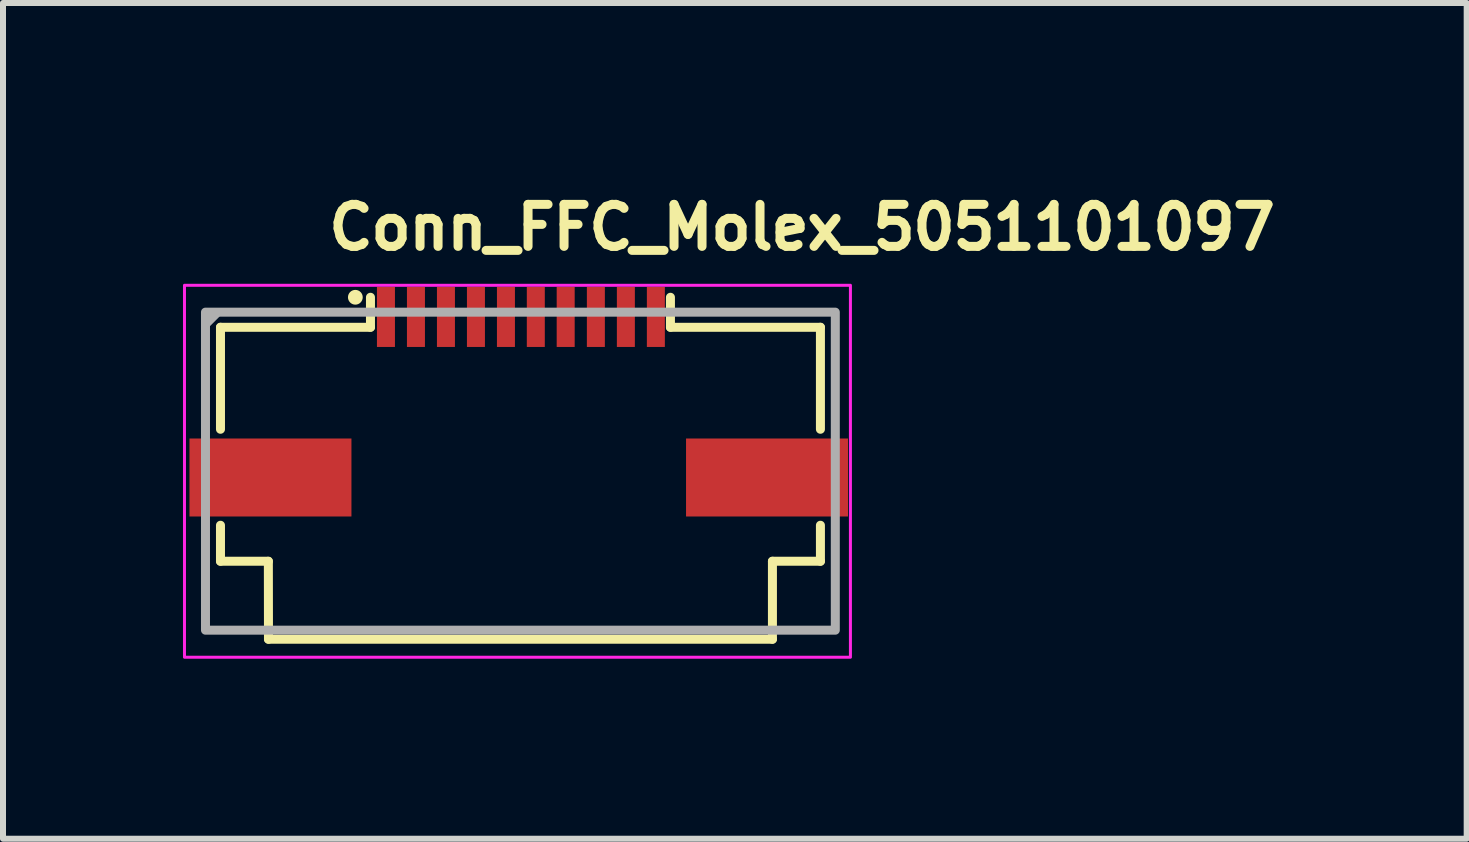
<source format=kicad_pcb>
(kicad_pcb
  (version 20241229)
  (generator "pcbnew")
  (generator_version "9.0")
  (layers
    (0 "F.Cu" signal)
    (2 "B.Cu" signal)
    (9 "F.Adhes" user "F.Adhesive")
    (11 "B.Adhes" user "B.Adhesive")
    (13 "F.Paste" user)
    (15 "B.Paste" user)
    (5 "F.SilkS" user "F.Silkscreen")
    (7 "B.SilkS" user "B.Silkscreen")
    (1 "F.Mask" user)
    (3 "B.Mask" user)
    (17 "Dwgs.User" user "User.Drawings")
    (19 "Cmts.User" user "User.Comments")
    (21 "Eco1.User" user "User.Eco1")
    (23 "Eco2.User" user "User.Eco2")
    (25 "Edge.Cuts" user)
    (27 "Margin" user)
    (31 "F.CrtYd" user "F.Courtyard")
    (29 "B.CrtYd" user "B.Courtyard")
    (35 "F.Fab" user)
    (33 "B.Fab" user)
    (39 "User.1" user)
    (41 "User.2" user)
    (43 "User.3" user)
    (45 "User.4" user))
  (footprint "Conn_FFC_Molex_5051101097"
    (layer "F.Cu")
    (at 5.625 4.805)
    (property "Reference" "Conn_FFC_Molex_5051101097" (at -3.272 -3.655 180) (layer "F.SilkS") (effects (font (size 0.7 0.7) (thickness 0.15)) (justify left bottom)))
    (attr smd)
    (fp_line (start -5 -2.4) (end -5 -0.7) (stroke (width 0.15) (type solid)) (layer "F.SilkS"))
    (fp_line (start -5 0.9) (end -5 1.5) (stroke (width 0.15) (type solid)) (layer "F.SilkS"))
    (fp_line (start -5 1.5) (end -4.202 1.5) (stroke (width 0.15) (type solid)) (layer "F.SilkS"))
    (fp_line (start -4.2 2.8) (end -4.202 1.5) (stroke (width 0.15) (type solid)) (layer "F.SilkS"))
    (fp_line (start -2.5 -2.9) (end -2.5 -2.4) (stroke (width 0.15) (type solid)) (layer "F.SilkS"))
    (fp_line (start -2.5 -2.4) (end -5 -2.4) (stroke (width 0.15) (type solid)) (layer "F.SilkS"))
    (fp_line (start 2.5 -2.9) (end 2.5 -2.4) (stroke (width 0.15) (type solid)) (layer "F.SilkS"))
    (fp_line (start 2.5 -2.4) (end 5 -2.4) (stroke (width 0.15) (type solid)) (layer "F.SilkS"))
    (fp_line (start 4.2 1.5) (end 5 1.5) (stroke (width 0.15) (type solid)) (layer "F.SilkS"))
    (fp_line (start 4.2 2.8) (end -4.2 2.8) (stroke (width 0.15) (type solid)) (layer "F.SilkS"))
    (fp_line (start 4.2 2.8) (end 4.2 1.5) (stroke (width 0.15) (type solid)) (layer "F.SilkS"))
    (fp_line (start 5 -2.4) (end 5 -0.7) (stroke (width 0.15) (type solid)) (layer "F.SilkS"))
    (fp_line (start 5 0.9) (end 5 1.5) (stroke (width 0.15) (type solid)) (layer "F.SilkS"))
    (fp_circle (center -2.752 -2.9) (end -2.704 -2.9) (stroke (width 0.15) (type solid)) (fill yes) (layer "F.SilkS"))
    (fp_rect (start 5.5 3.1) (end -5.6 -3.1) (stroke (width 0.05) (type solid)) (fill no) (layer "F.CrtYd"))
    (fp_line (start -5.075 -2.625) (end -5.225 -2.475) (stroke (width 0.15) (type solid)) (layer "F.Fab"))
    (fp_rect (start 5.248 2.649) (end -5.25 -2.652) (stroke (width 0.15) (type solid)) (fill no) (layer "F.Fab"))
    (fp_rect (start 5.248 2.649) (end -5.25 -2.652) (stroke (width 0.1) (type solid)) (fill no) (layer "User.5"))
    (fp_line (start -5.25 -0.019) (end -5.249 -0.03) (stroke (width 0.02) (type solid)) (layer "User.9"))
    (fp_line (start -5.25 -0.01) (end -5.25 -0.019) (stroke (width 0.02) (type solid)) (layer "User.9"))
    (fp_line (start -5.25 0.001) (end -5.25 -0.01) (stroke (width 0.02) (type solid)) (layer "User.9"))
    (fp_line (start -5.25 0.001) (end -5.25 0.498) (stroke (width 0.02) (type solid)) (layer "User.9"))
    (fp_line (start -5.25 0.508) (end -5.25 0.498) (stroke (width 0.02) (type solid)) (layer "User.9"))
    (fp_line (start -5.25 0.52) (end -5.25 0.508) (stroke (width 0.02) (type solid)) (layer "User.9"))
    (fp_line (start -5.249 -0.03) (end -5.247 -0.039) (stroke (width 0.02) (type solid)) (layer "User.9"))
    (fp_line (start -5.249 0.53) (end -5.25 0.52) (stroke (width 0.02) (type solid)) (layer "User.9"))
    (fp_line (start -5.247 -0.039) (end -5.244 -0.05) (stroke (width 0.02) (type solid)) (layer "User.9"))
    (fp_line (start -5.247 0.54) (end -5.249 0.53) (stroke (width 0.02) (type solid)) (layer "User.9"))
    (fp_line (start -5.244 -0.05) (end -5.242 -0.06) (stroke (width 0.02) (type solid)) (layer "User.9"))
    (fp_line (start -5.244 0.549) (end -5.247 0.54) (stroke (width 0.02) (type solid)) (layer "User.9"))
    (fp_line (start -5.242 -0.06) (end -5.239 -0.069) (stroke (width 0.02) (type solid)) (layer "User.9"))
    (fp_line (start -5.242 0.559) (end -5.244 0.549) (stroke (width 0.02) (type solid)) (layer "User.9"))
    (fp_line (start -5.239 -0.069) (end -5.236 -0.076) (stroke (width 0.02) (type solid)) (layer "User.9"))
    (fp_line (start -5.239 0.568) (end -5.242 0.559) (stroke (width 0.02) (type solid)) (layer "User.9"))
    (fp_line (start -5.236 -0.076) (end -5.231 -0.087) (stroke (width 0.02) (type solid)) (layer "User.9"))
    (fp_line (start -5.236 0.576) (end -5.239 0.568) (stroke (width 0.02) (type solid)) (layer "User.9"))
    (fp_line (start -5.231 -0.087) (end -5.228 -0.094) (stroke (width 0.02) (type solid)) (layer "User.9"))
    (fp_line (start -5.231 0.584) (end -5.236 0.576) (stroke (width 0.02) (type solid)) (layer "User.9"))
    (fp_line (start -5.228 -0.094) (end -5.223 -0.104) (stroke (width 0.02) (type solid)) (layer "User.9"))
    (fp_line (start -5.228 0.593) (end -5.231 0.584) (stroke (width 0.02) (type solid)) (layer "User.9"))
    (fp_line (start -5.223 -0.104) (end -5.218 -0.11) (stroke (width 0.02) (type solid)) (layer "User.9"))
    (fp_line (start -5.223 0.601) (end -5.228 0.593) (stroke (width 0.02) (type solid)) (layer "User.9"))
    (fp_line (start -5.218 -0.11) (end -5.212 -0.12) (stroke (width 0.02) (type solid)) (layer "User.9"))
    (fp_line (start -5.218 0.609) (end -5.223 0.601) (stroke (width 0.02) (type solid)) (layer "User.9"))
    (fp_line (start -5.212 -0.12) (end -5.205 -0.126) (stroke (width 0.02) (type solid)) (layer "User.9"))
    (fp_line (start -5.212 0.617) (end -5.218 0.609) (stroke (width 0.02) (type solid)) (layer "User.9"))
    (fp_line (start -5.205 -0.126) (end -5.199 -0.136) (stroke (width 0.02) (type solid)) (layer "User.9"))
    (fp_line (start -5.205 0.625) (end -5.212 0.617) (stroke (width 0.02) (type solid)) (layer "User.9"))
    (fp_line (start -5.199 -0.136) (end -5.194 -0.143) (stroke (width 0.02) (type solid)) (layer "User.9"))
    (fp_line (start -5.199 0.633) (end -5.205 0.625) (stroke (width 0.02) (type solid)) (layer "User.9"))
    (fp_line (start -5.194 -0.143) (end -5.194 -0.143) (stroke (width 0.02) (type solid)) (layer "User.9"))
    (fp_line (start -5.194 -0.143) (end -5.186 -0.148) (stroke (width 0.02) (type solid)) (layer "User.9"))
    (fp_line (start -5.194 0.642) (end -5.199 0.633) (stroke (width 0.02) (type solid)) (layer "User.9"))
    (fp_line (start -5.194 0.642) (end -5.194 0.642) (stroke (width 0.02) (type solid)) (layer "User.9"))
    (fp_line (start -5.186 -0.148) (end -5.178 -0.154) (stroke (width 0.02) (type solid)) (layer "User.9"))
    (fp_line (start -5.186 0.649) (end -5.194 0.642) (stroke (width 0.02) (type solid)) (layer "User.9"))
    (fp_line (start -5.178 -0.154) (end -5.17 -0.162) (stroke (width 0.02) (type solid)) (layer "User.9"))
    (fp_line (start -5.178 0.655) (end -5.186 0.649) (stroke (width 0.02) (type solid)) (layer "User.9"))
    (fp_line (start -5.17 -0.162) (end -5.162 -0.168) (stroke (width 0.02) (type solid)) (layer "User.9"))
    (fp_line (start -5.17 0.661) (end -5.178 0.655) (stroke (width 0.02) (type solid)) (layer "User.9"))
    (fp_line (start -5.162 -0.168) (end -5.154 -0.173) (stroke (width 0.02) (type solid)) (layer "User.9"))
    (fp_line (start -5.162 0.667) (end -5.17 0.661) (stroke (width 0.02) (type solid)) (layer "User.9"))
    (fp_line (start -5.154 -0.173) (end -5.146 -0.176) (stroke (width 0.02) (type solid)) (layer "User.9"))
    (fp_line (start -5.154 0.672) (end -5.162 0.667) (stroke (width 0.02) (type solid)) (layer "User.9"))
    (fp_line (start -5.146 -0.176) (end -5.137 -0.18) (stroke (width 0.02) (type solid)) (layer "User.9"))
    (fp_line (start -5.146 0.677) (end -5.154 0.672) (stroke (width 0.02) (type solid)) (layer "User.9"))
    (fp_line (start -5.137 -0.18) (end -5.127 -0.184) (stroke (width 0.02) (type solid)) (layer "User.9"))
    (fp_line (start -5.137 0.681) (end -5.146 0.677) (stroke (width 0.02) (type solid)) (layer "User.9"))
    (fp_line (start -5.127 -0.184) (end -5.119 -0.188) (stroke (width 0.02) (type solid)) (layer "User.9"))
    (fp_line (start -5.127 0.685) (end -5.137 0.681) (stroke (width 0.02) (type solid)) (layer "User.9"))
    (fp_line (start -5.119 -0.188) (end -5.109 -0.191) (stroke (width 0.02) (type solid)) (layer "User.9"))
    (fp_line (start -5.119 0.689) (end -5.127 0.685) (stroke (width 0.02) (type solid)) (layer "User.9"))
    (fp_line (start -5.109 -0.191) (end -5.101 -0.195) (stroke (width 0.02) (type solid)) (layer "User.9"))
    (fp_line (start -5.109 0.692) (end -5.119 0.689) (stroke (width 0.02) (type solid)) (layer "User.9"))
    (fp_line (start -5.101 -0.195) (end -5.09 -0.198) (stroke (width 0.02) (type solid)) (layer "User.9"))
    (fp_line (start -5.101 0.694) (end -5.109 0.692) (stroke (width 0.02) (type solid)) (layer "User.9"))
    (fp_line (start -5.09 -0.198) (end -5.08 -0.199) (stroke (width 0.02) (type solid)) (layer "User.9"))
    (fp_line (start -5.09 0.697) (end -5.101 0.694) (stroke (width 0.02) (type solid)) (layer "User.9"))
    (fp_line (start -5.08 -0.199) (end -5.071 -0.201) (stroke (width 0.02) (type solid)) (layer "User.9"))
    (fp_line (start -5.08 0.698) (end -5.09 0.697) (stroke (width 0.02) (type solid)) (layer "User.9"))
    (fp_line (start -5.071 -0.201) (end -5.061 -0.201) (stroke (width 0.02) (type solid)) (layer "User.9"))
    (fp_line (start -5.071 0.7) (end -5.08 0.698) (stroke (width 0.02) (type solid)) (layer "User.9"))
    (fp_line (start -5.061 -0.201) (end -5.05 -0.202) (stroke (width 0.02) (type solid)) (layer "User.9"))
    (fp_line (start -5.061 0.7) (end -5.071 0.7) (stroke (width 0.02) (type solid)) (layer "User.9"))
    (fp_line (start -5.05 -0.202) (end -4.851 -0.202) (stroke (width 0.02) (type solid)) (layer "User.9"))
    (fp_line (start -5.05 0.7) (end -5.061 0.7) (stroke (width 0.02) (type solid)) (layer "User.9"))
    (fp_line (start -5.05 0.7) (end -4.851 0.7) (stroke (width 0.02) (type solid)) (layer "User.9"))
    (fp_line (start -4.851 -2.601) (end -4.3 -2.601) (stroke (width 0.02) (type solid)) (layer "User.9"))
    (fp_line (start -4.851 -2.25) (end -4.851 -2.601) (stroke (width 0.02) (type solid)) (layer "User.9"))
    (fp_line (start -4.851 -2.25) (end 4.849 -2.25) (stroke (width 0.02) (type solid)) (layer "User.9"))
    (fp_line (start -4.851 1.348) (end -4.851 -2.25) (stroke (width 0.02) (type solid)) (layer "User.9"))
    (fp_line (start -4.3 -2.601) (end -4.3 -2.25) (stroke (width 0.02) (type solid)) (layer "User.9"))
    (fp_line (start -4.202 -0.832) (end -4.202 1.348) (stroke (width 0.02) (type solid)) (layer "User.9"))
    (fp_line (start -4.202 -0.832) (end 4.201 -0.832) (stroke (width 0.02) (type solid)) (layer "User.9"))
    (fp_line (start -4.202 -0.261) (end -4.13 -0.24) (stroke (width 0.02) (type solid)) (layer "User.9"))
    (fp_line (start -4.202 1.3) (end -4.13 1.3) (stroke (width 0.02) (type solid)) (layer "User.9"))
    (fp_line (start -4.202 1.348) (end -4.851 1.348) (stroke (width 0.02) (type solid)) (layer "User.9"))
    (fp_line (start -4.202 1.348) (end -4.053 1.348) (stroke (width 0.02) (type solid)) (layer "User.9"))
    (fp_line (start -4.13 -0.24) (end -4.13 -0.163) (stroke (width 0.02) (type solid)) (layer "User.9"))
    (fp_line (start -4.13 -0.163) (end -4.13 0.013) (stroke (width 0.02) (type solid)) (layer "User.9"))
    (fp_line (start -4.13 0.013) (end -4.13 1.3) (stroke (width 0.02) (type solid)) (layer "User.9"))
    (fp_line (start -4.053 -0.476) (end -4.053 -0.475) (stroke (width 0.02) (type solid)) (layer "User.9"))
    (fp_line (start -4.053 -0.476) (end -2.355 -0.476) (stroke (width 0.02) (type solid)) (layer "User.9"))
    (fp_line (start -4.053 -0.465) (end -4.053 -0.476) (stroke (width 0.02) (type solid)) (layer "User.9"))
    (fp_line (start -4.053 -0.372) (end -4.202 -0.329) (stroke (width 0.02) (type solid)) (layer "User.9"))
    (fp_line (start -4.053 -0.372) (end -4.053 -0.465) (stroke (width 0.02) (type solid)) (layer "User.9"))
    (fp_line (start -4.053 1.3) (end -4.13 1.3) (stroke (width 0.02) (type solid)) (layer "User.9"))
    (fp_line (start -4.053 1.3) (end -4.053 1.348) (stroke (width 0.02) (type solid)) (layer "User.9"))
    (fp_line (start -4.053 1.3) (end -4.053 2.548) (stroke (width 0.02) (type solid)) (layer "User.9"))
    (fp_line (start -2.786 -0.688) (end -2.355 -0.688) (stroke (width 0.02) (type solid)) (layer "User.9"))
    (fp_line (start -2.786 -0.629) (end -4.202 -0.629) (stroke (width 0.02) (type solid)) (layer "User.9"))
    (fp_line (start -2.786 -0.629) (end -2.786 -0.688) (stroke (width 0.02) (type solid)) (layer "User.9"))
    (fp_line (start -2.786 -0.629) (end -2.786 -0.476) (stroke (width 0.02) (type solid)) (layer "User.9"))
    (fp_line (start -2.702 2.548) (end -4.053 2.548) (stroke (width 0.02) (type solid)) (layer "User.9"))
    (fp_line (start -2.702 2.548) (end -2.702 2.649) (stroke (width 0.02) (type solid)) (layer "User.9"))
    (fp_line (start -2.355 -0.688) (end -2.355 -0.832) (stroke (width 0.02) (type solid)) (layer "User.9"))
    (fp_line (start -2.355 -0.465) (end -2.355 -0.476) (stroke (width 0.02) (type solid)) (layer "User.9"))
    (fp_line (start -2.355 -0.163) (end -2.355 -0.465) (stroke (width 0.02) (type solid)) (layer "User.9"))
    (fp_line (start -2.355 0.013) (end -2.355 -0.163) (stroke (width 0.02) (type solid)) (layer "User.9"))
    (fp_line (start -2.355 0.35) (end -2.355 0.013) (stroke (width 0.02) (type solid)) (layer "User.9"))
    (fp_line (start -2.355 0.35) (end -2.145 0.35) (stroke (width 0.02) (type solid)) (layer "User.9"))
    (fp_line (start -2.327 -2.652) (end -2.327 -2.5) (stroke (width 0.02) (type solid)) (layer "User.9"))
    (fp_line (start -2.327 -2.652) (end -2.178 -2.652) (stroke (width 0.02) (type solid)) (layer "User.9"))
    (fp_line (start -2.327 -2.5) (end -2.327 -2.25) (stroke (width 0.02) (type solid)) (layer "User.9"))
    (fp_line (start -2.327 -2.5) (end -2.178 -2.5) (stroke (width 0.02) (type solid)) (layer "User.9"))
    (fp_line (start -2.327 -0.832) (end -2.327 -0.042) (stroke (width 0.02) (type solid)) (layer "User.9"))
    (fp_line (start -2.327 -0.352) (end -2.355 -0.352) (stroke (width 0.02) (type solid)) (layer "User.9"))
    (fp_line (start -2.327 -0.042) (end -2.327 0.173) (stroke (width 0.02) (type solid)) (layer "User.9"))
    (fp_line (start -2.327 0.05) (end -2.355 0.05) (stroke (width 0.02) (type solid)) (layer "User.9"))
    (fp_line (start -2.327 0.173) (end -2.327 0.173) (stroke (width 0.02) (type solid)) (layer "User.9"))
    (fp_line (start -2.327 0.173) (end -2.327 0.261) (stroke (width 0.02) (type solid)) (layer "User.9"))
    (fp_line (start -2.327 0.261) (end -2.327 0.35) (stroke (width 0.02) (type solid)) (layer "User.9"))
    (fp_line (start -2.327 0.298) (end -2.355 0.298) (stroke (width 0.02) (type solid)) (layer "User.9"))
    (fp_line (start -2.178 -2.652) (end -2.178 -2.5) (stroke (width 0.02) (type solid)) (layer "User.9"))
    (fp_line (start -2.178 -2.5) (end -2.178 -2.25) (stroke (width 0.02) (type solid)) (layer "User.9"))
    (fp_line (start -2.178 -0.832) (end -2.178 -0.042) (stroke (width 0.02) (type solid)) (layer "User.9"))
    (fp_line (start -2.178 -0.042) (end -2.178 0.173) (stroke (width 0.02) (type solid)) (layer "User.9"))
    (fp_line (start -2.178 0.173) (end -2.178 0.173) (stroke (width 0.02) (type solid)) (layer "User.9"))
    (fp_line (start -2.178 0.173) (end -2.178 0.261) (stroke (width 0.02) (type solid)) (layer "User.9"))
    (fp_line (start -2.178 0.261) (end -2.327 0.261) (stroke (width 0.02) (type solid)) (layer "User.9"))
    (fp_line (start -2.178 0.261) (end -2.178 0.35) (stroke (width 0.02) (type solid)) (layer "User.9"))
    (fp_line (start -2.145 -0.688) (end -2.145 -0.832) (stroke (width 0.02) (type solid)) (layer "User.9"))
    (fp_line (start -2.145 -0.688) (end -1.857 -0.688) (stroke (width 0.02) (type solid)) (layer "User.9"))
    (fp_line (start -2.145 -0.476) (end -1.857 -0.476) (stroke (width 0.02) (type solid)) (layer "User.9"))
    (fp_line (start -2.145 -0.465) (end -2.145 -0.476) (stroke (width 0.02) (type solid)) (layer "User.9"))
    (fp_line (start -2.145 -0.352) (end -2.178 -0.352) (stroke (width 0.02) (type solid)) (layer "User.9"))
    (fp_line (start -2.145 -0.163) (end -2.145 -0.465) (stroke (width 0.02) (type solid)) (layer "User.9"))
    (fp_line (start -2.145 0.013) (end -2.145 -0.163) (stroke (width 0.02) (type solid)) (layer "User.9"))
    (fp_line (start -2.145 0.05) (end -2.178 0.05) (stroke (width 0.02) (type solid)) (layer "User.9"))
    (fp_line (start -2.145 0.298) (end -2.178 0.298) (stroke (width 0.02) (type solid)) (layer "User.9"))
    (fp_line (start -2.145 0.35) (end -2.145 0.013) (stroke (width 0.02) (type solid)) (layer "User.9"))
    (fp_line (start -1.857 -0.688) (end -1.857 -0.832) (stroke (width 0.02) (type solid)) (layer "User.9"))
    (fp_line (start -1.857 -0.465) (end -1.857 -0.476) (stroke (width 0.02) (type solid)) (layer "User.9"))
    (fp_line (start -1.857 -0.163) (end -1.857 -0.465) (stroke (width 0.02) (type solid)) (layer "User.9"))
    (fp_line (start -1.857 0.013) (end -1.857 -0.163) (stroke (width 0.02) (type solid)) (layer "User.9"))
    (fp_line (start -1.857 0.35) (end -1.857 0.013) (stroke (width 0.02) (type solid)) (layer "User.9"))
    (fp_line (start -1.857 0.35) (end -1.645 0.35) (stroke (width 0.02) (type solid)) (layer "User.9"))
    (fp_line (start -1.827 -2.652) (end -1.827 -2.5) (stroke (width 0.02) (type solid)) (layer "User.9"))
    (fp_line (start -1.827 -2.652) (end -1.676 -2.652) (stroke (width 0.02) (type solid)) (layer "User.9"))
    (fp_line (start -1.827 -2.5) (end -1.827 -2.25) (stroke (width 0.02) (type solid)) (layer "User.9"))
    (fp_line (start -1.827 -2.5) (end -1.676 -2.5) (stroke (width 0.02) (type solid)) (layer "User.9"))
    (fp_line (start -1.827 -0.832) (end -1.827 -0.042) (stroke (width 0.02) (type solid)) (layer "User.9"))
    (fp_line (start -1.827 -0.352) (end -1.857 -0.352) (stroke (width 0.02) (type solid)) (layer "User.9"))
    (fp_line (start -1.827 -0.042) (end -1.827 0.173) (stroke (width 0.02) (type solid)) (layer "User.9"))
    (fp_line (start -1.827 0.05) (end -1.857 0.05) (stroke (width 0.02) (type solid)) (layer "User.9"))
    (fp_line (start -1.827 0.173) (end -1.827 0.173) (stroke (width 0.02) (type solid)) (layer "User.9"))
    (fp_line (start -1.827 0.173) (end -1.827 0.261) (stroke (width 0.02) (type solid)) (layer "User.9"))
    (fp_line (start -1.827 0.261) (end -1.827 0.35) (stroke (width 0.02) (type solid)) (layer "User.9"))
    (fp_line (start -1.827 0.298) (end -1.857 0.298) (stroke (width 0.02) (type solid)) (layer "User.9"))
    (fp_line (start -1.676 -2.652) (end -1.676 -2.5) (stroke (width 0.02) (type solid)) (layer "User.9"))
    (fp_line (start -1.676 -2.5) (end -1.676 -2.25) (stroke (width 0.02) (type solid)) (layer "User.9"))
    (fp_line (start -1.676 -0.832) (end -1.676 -0.042) (stroke (width 0.02) (type solid)) (layer "User.9"))
    (fp_line (start -1.676 -0.042) (end -1.676 0.173) (stroke (width 0.02) (type solid)) (layer "User.9"))
    (fp_line (start -1.676 0.173) (end -1.676 0.173) (stroke (width 0.02) (type solid)) (layer "User.9"))
    (fp_line (start -1.676 0.173) (end -1.676 0.261) (stroke (width 0.02) (type solid)) (layer "User.9"))
    (fp_line (start -1.676 0.261) (end -1.827 0.261) (stroke (width 0.02) (type solid)) (layer "User.9"))
    (fp_line (start -1.676 0.261) (end -1.676 0.35) (stroke (width 0.02) (type solid)) (layer "User.9"))
    (fp_line (start -1.645 -0.688) (end -1.645 -0.832) (stroke (width 0.02) (type solid)) (layer "User.9"))
    (fp_line (start -1.645 -0.688) (end -1.357 -0.688) (stroke (width 0.02) (type solid)) (layer "User.9"))
    (fp_line (start -1.645 -0.476) (end -1.357 -0.476) (stroke (width 0.02) (type solid)) (layer "User.9"))
    (fp_line (start -1.645 -0.465) (end -1.645 -0.476) (stroke (width 0.02) (type solid)) (layer "User.9"))
    (fp_line (start -1.645 -0.352) (end -1.676 -0.352) (stroke (width 0.02) (type solid)) (layer "User.9"))
    (fp_line (start -1.645 -0.163) (end -1.645 -0.465) (stroke (width 0.02) (type solid)) (layer "User.9"))
    (fp_line (start -1.645 0.013) (end -1.645 -0.163) (stroke (width 0.02) (type solid)) (layer "User.9"))
    (fp_line (start -1.645 0.05) (end -1.676 0.05) (stroke (width 0.02) (type solid)) (layer "User.9"))
    (fp_line (start -1.645 0.298) (end -1.676 0.298) (stroke (width 0.02) (type solid)) (layer "User.9"))
    (fp_line (start -1.645 0.35) (end -1.645 0.013) (stroke (width 0.02) (type solid)) (layer "User.9"))
    (fp_line (start -1.357 -0.688) (end -1.357 -0.832) (stroke (width 0.02) (type solid)) (layer "User.9"))
    (fp_line (start -1.357 -0.465) (end -1.357 -0.476) (stroke (width 0.02) (type solid)) (layer "User.9"))
    (fp_line (start -1.357 -0.163) (end -1.357 -0.465) (stroke (width 0.02) (type solid)) (layer "User.9"))
    (fp_line (start -1.357 0.013) (end -1.357 -0.163) (stroke (width 0.02) (type solid)) (layer "User.9"))
    (fp_line (start -1.357 0.35) (end -1.357 0.013) (stroke (width 0.02) (type solid)) (layer "User.9"))
    (fp_line (start -1.357 0.35) (end -1.145 0.35) (stroke (width 0.02) (type solid)) (layer "User.9"))
    (fp_line (start -1.327 -2.652) (end -1.327 -2.5) (stroke (width 0.02) (type solid)) (layer "User.9"))
    (fp_line (start -1.327 -2.652) (end -1.176 -2.652) (stroke (width 0.02) (type solid)) (layer "User.9"))
    (fp_line (start -1.327 -2.5) (end -1.327 -2.25) (stroke (width 0.02) (type solid)) (layer "User.9"))
    (fp_line (start -1.327 -2.5) (end -1.176 -2.5) (stroke (width 0.02) (type solid)) (layer "User.9"))
    (fp_line (start -1.327 -0.832) (end -1.327 -0.042) (stroke (width 0.02) (type solid)) (layer "User.9"))
    (fp_line (start -1.327 -0.352) (end -1.357 -0.352) (stroke (width 0.02) (type solid)) (layer "User.9"))
    (fp_line (start -1.327 -0.042) (end -1.327 0.173) (stroke (width 0.02) (type solid)) (layer "User.9"))
    (fp_line (start -1.327 0.05) (end -1.357 0.05) (stroke (width 0.02) (type solid)) (layer "User.9"))
    (fp_line (start -1.327 0.173) (end -1.327 0.173) (stroke (width 0.02) (type solid)) (layer "User.9"))
    (fp_line (start -1.327 0.173) (end -1.327 0.261) (stroke (width 0.02) (type solid)) (layer "User.9"))
    (fp_line (start -1.327 0.261) (end -1.327 0.35) (stroke (width 0.02) (type solid)) (layer "User.9"))
    (fp_line (start -1.327 0.298) (end -1.357 0.298) (stroke (width 0.02) (type solid)) (layer "User.9"))
    (fp_line (start -1.176 -2.652) (end -1.176 -2.5) (stroke (width 0.02) (type solid)) (layer "User.9"))
    (fp_line (start -1.176 -2.5) (end -1.176 -2.25) (stroke (width 0.02) (type solid)) (layer "User.9"))
    (fp_line (start -1.176 -0.832) (end -1.176 -0.042) (stroke (width 0.02) (type solid)) (layer "User.9"))
    (fp_line (start -1.176 -0.042) (end -1.176 0.173) (stroke (width 0.02) (type solid)) (layer "User.9"))
    (fp_line (start -1.176 0.173) (end -1.176 0.173) (stroke (width 0.02) (type solid)) (layer "User.9"))
    (fp_line (start -1.176 0.173) (end -1.176 0.261) (stroke (width 0.02) (type solid)) (layer "User.9"))
    (fp_line (start -1.176 0.261) (end -1.327 0.261) (stroke (width 0.02) (type solid)) (layer "User.9"))
    (fp_line (start -1.176 0.261) (end -1.176 0.35) (stroke (width 0.02) (type solid)) (layer "User.9"))
    (fp_line (start -1.145 -0.688) (end -1.145 -0.832) (stroke (width 0.02) (type solid)) (layer "User.9"))
    (fp_line (start -1.145 -0.688) (end -0.856 -0.688) (stroke (width 0.02) (type solid)) (layer "User.9"))
    (fp_line (start -1.145 -0.476) (end -0.856 -0.476) (stroke (width 0.02) (type solid)) (layer "User.9"))
    (fp_line (start -1.145 -0.465) (end -1.145 -0.476) (stroke (width 0.02) (type solid)) (layer "User.9"))
    (fp_line (start -1.145 -0.352) (end -1.176 -0.352) (stroke (width 0.02) (type solid)) (layer "User.9"))
    (fp_line (start -1.145 -0.163) (end -1.145 -0.465) (stroke (width 0.02) (type solid)) (layer "User.9"))
    (fp_line (start -1.145 0.013) (end -1.145 -0.163) (stroke (width 0.02) (type solid)) (layer "User.9"))
    (fp_line (start -1.145 0.05) (end -1.176 0.05) (stroke (width 0.02) (type solid)) (layer "User.9"))
    (fp_line (start -1.145 0.298) (end -1.176 0.298) (stroke (width 0.02) (type solid)) (layer "User.9"))
    (fp_line (start -1.145 0.35) (end -1.145 0.013) (stroke (width 0.02) (type solid)) (layer "User.9"))
    (fp_line (start -0.856 -0.688) (end -0.856 -0.832) (stroke (width 0.02) (type solid)) (layer "User.9"))
    (fp_line (start -0.856 -0.465) (end -0.856 -0.476) (stroke (width 0.02) (type solid)) (layer "User.9"))
    (fp_line (start -0.856 -0.163) (end -0.856 -0.465) (stroke (width 0.02) (type solid)) (layer "User.9"))
    (fp_line (start -0.856 0.013) (end -0.856 -0.163) (stroke (width 0.02) (type solid)) (layer "User.9"))
    (fp_line (start -0.856 0.35) (end -0.856 0.013) (stroke (width 0.02) (type solid)) (layer "User.9"))
    (fp_line (start -0.856 0.35) (end -0.648 0.35) (stroke (width 0.02) (type solid)) (layer "User.9"))
    (fp_line (start -0.828 -2.652) (end -0.828 -2.5) (stroke (width 0.02) (type solid)) (layer "User.9"))
    (fp_line (start -0.828 -2.652) (end -0.678 -2.652) (stroke (width 0.02) (type solid)) (layer "User.9"))
    (fp_line (start -0.828 -2.5) (end -0.828 -2.25) (stroke (width 0.02) (type solid)) (layer "User.9"))
    (fp_line (start -0.828 -2.5) (end -0.678 -2.5) (stroke (width 0.02) (type solid)) (layer "User.9"))
    (fp_line (start -0.828 -0.832) (end -0.828 -0.042) (stroke (width 0.02) (type solid)) (layer "User.9"))
    (fp_line (start -0.828 -0.352) (end -0.856 -0.352) (stroke (width 0.02) (type solid)) (layer "User.9"))
    (fp_line (start -0.828 -0.042) (end -0.828 0.173) (stroke (width 0.02) (type solid)) (layer "User.9"))
    (fp_line (start -0.828 0.05) (end -0.856 0.05) (stroke (width 0.02) (type solid)) (layer "User.9"))
    (fp_line (start -0.828 0.173) (end -0.828 0.173) (stroke (width 0.02) (type solid)) (layer "User.9"))
    (fp_line (start -0.828 0.173) (end -0.828 0.261) (stroke (width 0.02) (type solid)) (layer "User.9"))
    (fp_line (start -0.828 0.261) (end -0.828 0.35) (stroke (width 0.02) (type solid)) (layer "User.9"))
    (fp_line (start -0.828 0.298) (end -0.856 0.298) (stroke (width 0.02) (type solid)) (layer "User.9"))
    (fp_line (start -0.678 -2.652) (end -0.678 -2.5) (stroke (width 0.02) (type solid)) (layer "User.9"))
    (fp_line (start -0.678 -2.5) (end -0.678 -2.25) (stroke (width 0.02) (type solid)) (layer "User.9"))
    (fp_line (start -0.678 -0.832) (end -0.678 -0.042) (stroke (width 0.02) (type solid)) (layer "User.9"))
    (fp_line (start -0.678 -0.042) (end -0.678 0.173) (stroke (width 0.02) (type solid)) (layer "User.9"))
    (fp_line (start -0.678 0.173) (end -0.678 0.173) (stroke (width 0.02) (type solid)) (layer "User.9"))
    (fp_line (start -0.678 0.173) (end -0.678 0.261) (stroke (width 0.02) (type solid)) (layer "User.9"))
    (fp_line (start -0.678 0.261) (end -0.828 0.261) (stroke (width 0.02) (type solid)) (layer "User.9"))
    (fp_line (start -0.678 0.261) (end -0.678 0.35) (stroke (width 0.02) (type solid)) (layer "User.9"))
    (fp_line (start -0.648 -0.688) (end -0.648 -0.832) (stroke (width 0.02) (type solid)) (layer "User.9"))
    (fp_line (start -0.648 -0.688) (end -0.356 -0.688) (stroke (width 0.02) (type solid)) (layer "User.9"))
    (fp_line (start -0.648 -0.476) (end -0.356 -0.476) (stroke (width 0.02) (type solid)) (layer "User.9"))
    (fp_line (start -0.648 -0.465) (end -0.648 -0.476) (stroke (width 0.02) (type solid)) (layer "User.9"))
    (fp_line (start -0.648 -0.352) (end -0.678 -0.352) (stroke (width 0.02) (type solid)) (layer "User.9"))
    (fp_line (start -0.648 -0.163) (end -0.648 -0.465) (stroke (width 0.02) (type solid)) (layer "User.9"))
    (fp_line (start -0.648 0.013) (end -0.648 -0.163) (stroke (width 0.02) (type solid)) (layer "User.9"))
    (fp_line (start -0.648 0.05) (end -0.678 0.05) (stroke (width 0.02) (type solid)) (layer "User.9"))
    (fp_line (start -0.648 0.298) (end -0.678 0.298) (stroke (width 0.02) (type solid)) (layer "User.9"))
    (fp_line (start -0.648 0.35) (end -0.648 0.013) (stroke (width 0.02) (type solid)) (layer "User.9"))
    (fp_line (start -0.356 -0.688) (end -0.356 -0.832) (stroke (width 0.02) (type solid)) (layer "User.9"))
    (fp_line (start -0.356 -0.465) (end -0.356 -0.476) (stroke (width 0.02) (type solid)) (layer "User.9"))
    (fp_line (start -0.356 -0.163) (end -0.356 -0.465) (stroke (width 0.02) (type solid)) (layer "User.9"))
    (fp_line (start -0.356 0.013) (end -0.356 -0.163) (stroke (width 0.02) (type solid)) (layer "User.9"))
    (fp_line (start -0.356 0.35) (end -0.356 0.013) (stroke (width 0.02) (type solid)) (layer "User.9"))
    (fp_line (start -0.356 0.35) (end -0.146 0.35) (stroke (width 0.02) (type solid)) (layer "User.9"))
    (fp_line (start -0.328 -2.652) (end -0.328 -2.5) (stroke (width 0.02) (type solid)) (layer "User.9"))
    (fp_line (start -0.328 -2.652) (end -0.176 -2.652) (stroke (width 0.02) (type solid)) (layer "User.9"))
    (fp_line (start -0.328 -2.5) (end -0.328 -2.25) (stroke (width 0.02) (type solid)) (layer "User.9"))
    (fp_line (start -0.328 -2.5) (end -0.176 -2.5) (stroke (width 0.02) (type solid)) (layer "User.9"))
    (fp_line (start -0.328 -0.832) (end -0.328 -0.042) (stroke (width 0.02) (type solid)) (layer "User.9"))
    (fp_line (start -0.328 -0.352) (end -0.356 -0.352) (stroke (width 0.02) (type solid)) (layer "User.9"))
    (fp_line (start -0.328 -0.042) (end -0.328 0.173) (stroke (width 0.02) (type solid)) (layer "User.9"))
    (fp_line (start -0.328 0.05) (end -0.356 0.05) (stroke (width 0.02) (type solid)) (layer "User.9"))
    (fp_line (start -0.328 0.173) (end -0.328 0.173) (stroke (width 0.02) (type solid)) (layer "User.9"))
    (fp_line (start -0.328 0.173) (end -0.328 0.261) (stroke (width 0.02) (type solid)) (layer "User.9"))
    (fp_line (start -0.328 0.261) (end -0.328 0.35) (stroke (width 0.02) (type solid)) (layer "User.9"))
    (fp_line (start -0.328 0.298) (end -0.356 0.298) (stroke (width 0.02) (type solid)) (layer "User.9"))
    (fp_line (start -0.176 -2.652) (end -0.176 -2.5) (stroke (width 0.02) (type solid)) (layer "User.9"))
    (fp_line (start -0.176 -2.5) (end -0.176 -2.25) (stroke (width 0.02) (type solid)) (layer "User.9"))
    (fp_line (start -0.176 -0.832) (end -0.176 -0.042) (stroke (width 0.02) (type solid)) (layer "User.9"))
    (fp_line (start -0.176 -0.042) (end -0.176 0.173) (stroke (width 0.02) (type solid)) (layer "User.9"))
    (fp_line (start -0.176 0.173) (end -0.176 0.173) (stroke (width 0.02) (type solid)) (layer "User.9"))
    (fp_line (start -0.176 0.173) (end -0.176 0.261) (stroke (width 0.02) (type solid)) (layer "User.9"))
    (fp_line (start -0.176 0.261) (end -0.328 0.261) (stroke (width 0.02) (type solid)) (layer "User.9"))
    (fp_line (start -0.176 0.261) (end -0.176 0.35) (stroke (width 0.02) (type solid)) (layer "User.9"))
    (fp_line (start -0.146 -0.688) (end -0.146 -0.832) (stroke (width 0.02) (type solid)) (layer "User.9"))
    (fp_line (start -0.146 -0.688) (end 0.144 -0.688) (stroke (width 0.02) (type solid)) (layer "User.9"))
    (fp_line (start -0.146 -0.476) (end 0.144 -0.476) (stroke (width 0.02) (type solid)) (layer "User.9"))
    (fp_line (start -0.146 -0.465) (end -0.146 -0.476) (stroke (width 0.02) (type solid)) (layer "User.9"))
    (fp_line (start -0.146 -0.352) (end -0.176 -0.352) (stroke (width 0.02) (type solid)) (layer "User.9"))
    (fp_line (start -0.146 -0.163) (end -0.146 -0.465) (stroke (width 0.02) (type solid)) (layer "User.9"))
    (fp_line (start -0.146 0.013) (end -0.146 -0.163) (stroke (width 0.02) (type solid)) (layer "User.9"))
    (fp_line (start -0.146 0.05) (end -0.176 0.05) (stroke (width 0.02) (type solid)) (layer "User.9"))
    (fp_line (start -0.146 0.298) (end -0.176 0.298) (stroke (width 0.02) (type solid)) (layer "User.9"))
    (fp_line (start -0.146 0.35) (end -0.146 0.013) (stroke (width 0.02) (type solid)) (layer "User.9"))
    (fp_line (start 0.144 -0.688) (end 0.144 -0.832) (stroke (width 0.02) (type solid)) (layer "User.9"))
    (fp_line (start 0.144 -0.465) (end 0.144 -0.476) (stroke (width 0.02) (type solid)) (layer "User.9"))
    (fp_line (start 0.144 -0.163) (end 0.144 -0.465) (stroke (width 0.02) (type solid)) (layer "User.9"))
    (fp_line (start 0.144 0.013) (end 0.144 -0.163) (stroke (width 0.02) (type solid)) (layer "User.9"))
    (fp_line (start 0.144 0.35) (end 0.144 0.013) (stroke (width 0.02) (type solid)) (layer "User.9"))
    (fp_line (start 0.144 0.35) (end 0.352 0.35) (stroke (width 0.02) (type solid)) (layer "User.9"))
    (fp_line (start 0.174 -2.652) (end 0.174 -2.5) (stroke (width 0.02) (type solid)) (layer "User.9"))
    (fp_line (start 0.174 -2.652) (end 0.324 -2.652) (stroke (width 0.02) (type solid)) (layer "User.9"))
    (fp_line (start 0.174 -2.5) (end 0.174 -2.25) (stroke (width 0.02) (type solid)) (layer "User.9"))
    (fp_line (start 0.174 -2.5) (end 0.324 -2.5) (stroke (width 0.02) (type solid)) (layer "User.9"))
    (fp_line (start 0.174 -0.832) (end 0.174 -0.042) (stroke (width 0.02) (type solid)) (layer "User.9"))
    (fp_line (start 0.174 -0.352) (end 0.144 -0.352) (stroke (width 0.02) (type solid)) (layer "User.9"))
    (fp_line (start 0.174 -0.042) (end 0.174 0.173) (stroke (width 0.02) (type solid)) (layer "User.9"))
    (fp_line (start 0.174 0.05) (end 0.144 0.05) (stroke (width 0.02) (type solid)) (layer "User.9"))
    (fp_line (start 0.174 0.173) (end 0.174 0.173) (stroke (width 0.02) (type solid)) (layer "User.9"))
    (fp_line (start 0.174 0.173) (end 0.174 0.261) (stroke (width 0.02) (type solid)) (layer "User.9"))
    (fp_line (start 0.174 0.261) (end 0.174 0.35) (stroke (width 0.02) (type solid)) (layer "User.9"))
    (fp_line (start 0.174 0.298) (end 0.144 0.298) (stroke (width 0.02) (type solid)) (layer "User.9"))
    (fp_line (start 0.324 -2.652) (end 0.324 -2.5) (stroke (width 0.02) (type solid)) (layer "User.9"))
    (fp_line (start 0.324 -2.5) (end 0.324 -2.25) (stroke (width 0.02) (type solid)) (layer "User.9"))
    (fp_line (start 0.324 -0.832) (end 0.324 -0.042) (stroke (width 0.02) (type solid)) (layer "User.9"))
    (fp_line (start 0.324 -0.042) (end 0.324 0.173) (stroke (width 0.02) (type solid)) (layer "User.9"))
    (fp_line (start 0.324 0.173) (end 0.324 0.173) (stroke (width 0.02) (type solid)) (layer "User.9"))
    (fp_line (start 0.324 0.173) (end 0.324 0.261) (stroke (width 0.02) (type solid)) (layer "User.9"))
    (fp_line (start 0.324 0.261) (end 0.174 0.261) (stroke (width 0.02) (type solid)) (layer "User.9"))
    (fp_line (start 0.324 0.261) (end 0.324 0.35) (stroke (width 0.02) (type solid)) (layer "User.9"))
    (fp_line (start 0.352 -0.688) (end 0.352 -0.832) (stroke (width 0.02) (type solid)) (layer "User.9"))
    (fp_line (start 0.352 -0.688) (end 0.644 -0.688) (stroke (width 0.02) (type solid)) (layer "User.9"))
    (fp_line (start 0.352 -0.476) (end 0.644 -0.476) (stroke (width 0.02) (type solid)) (layer "User.9"))
    (fp_line (start 0.352 -0.465) (end 0.352 -0.476) (stroke (width 0.02) (type solid)) (layer "User.9"))
    (fp_line (start 0.352 -0.352) (end 0.324 -0.352) (stroke (width 0.02) (type solid)) (layer "User.9"))
    (fp_line (start 0.352 -0.163) (end 0.352 -0.465) (stroke (width 0.02) (type solid)) (layer "User.9"))
    (fp_line (start 0.352 0.013) (end 0.352 -0.163) (stroke (width 0.02) (type solid)) (layer "User.9"))
    (fp_line (start 0.352 0.05) (end 0.324 0.05) (stroke (width 0.02) (type solid)) (layer "User.9"))
    (fp_line (start 0.352 0.298) (end 0.324 0.298) (stroke (width 0.02) (type solid)) (layer "User.9"))
    (fp_line (start 0.352 0.35) (end 0.352 0.013) (stroke (width 0.02) (type solid)) (layer "User.9"))
    (fp_line (start 0.644 -0.688) (end 0.644 -0.832) (stroke (width 0.02) (type solid)) (layer "User.9"))
    (fp_line (start 0.644 -0.465) (end 0.644 -0.476) (stroke (width 0.02) (type solid)) (layer "User.9"))
    (fp_line (start 0.644 -0.163) (end 0.644 -0.465) (stroke (width 0.02) (type solid)) (layer "User.9"))
    (fp_line (start 0.644 0.013) (end 0.644 -0.163) (stroke (width 0.02) (type solid)) (layer "User.9"))
    (fp_line (start 0.644 0.35) (end 0.644 0.013) (stroke (width 0.02) (type solid)) (layer "User.9"))
    (fp_line (start 0.644 0.35) (end 0.852 0.35) (stroke (width 0.02) (type solid)) (layer "User.9"))
    (fp_line (start 0.674 -2.652) (end 0.674 -2.5) (stroke (width 0.02) (type solid)) (layer "User.9"))
    (fp_line (start 0.674 -2.652) (end 0.824 -2.652) (stroke (width 0.02) (type solid)) (layer "User.9"))
    (fp_line (start 0.674 -2.5) (end 0.674 -2.25) (stroke (width 0.02) (type solid)) (layer "User.9"))
    (fp_line (start 0.674 -2.5) (end 0.824 -2.5) (stroke (width 0.02) (type solid)) (layer "User.9"))
    (fp_line (start 0.674 -0.832) (end 0.674 -0.042) (stroke (width 0.02) (type solid)) (layer "User.9"))
    (fp_line (start 0.674 -0.352) (end 0.644 -0.352) (stroke (width 0.02) (type solid)) (layer "User.9"))
    (fp_line (start 0.674 -0.042) (end 0.674 0.173) (stroke (width 0.02) (type solid)) (layer "User.9"))
    (fp_line (start 0.674 0.05) (end 0.644 0.05) (stroke (width 0.02) (type solid)) (layer "User.9"))
    (fp_line (start 0.674 0.173) (end 0.674 0.173) (stroke (width 0.02) (type solid)) (layer "User.9"))
    (fp_line (start 0.674 0.173) (end 0.674 0.261) (stroke (width 0.02) (type solid)) (layer "User.9"))
    (fp_line (start 0.674 0.261) (end 0.674 0.35) (stroke (width 0.02) (type solid)) (layer "User.9"))
    (fp_line (start 0.674 0.298) (end 0.644 0.298) (stroke (width 0.02) (type solid)) (layer "User.9"))
    (fp_line (start 0.824 -2.652) (end 0.824 -2.5) (stroke (width 0.02) (type solid)) (layer "User.9"))
    (fp_line (start 0.824 -2.5) (end 0.824 -2.25) (stroke (width 0.02) (type solid)) (layer "User.9"))
    (fp_line (start 0.824 -0.832) (end 0.824 -0.042) (stroke (width 0.02) (type solid)) (layer "User.9"))
    (fp_line (start 0.824 -0.042) (end 0.824 0.173) (stroke (width 0.02) (type solid)) (layer "User.9"))
    (fp_line (start 0.824 0.173) (end 0.824 0.173) (stroke (width 0.02) (type solid)) (layer "User.9"))
    (fp_line (start 0.824 0.173) (end 0.824 0.261) (stroke (width 0.02) (type solid)) (layer "User.9"))
    (fp_line (start 0.824 0.261) (end 0.674 0.261) (stroke (width 0.02) (type solid)) (layer "User.9"))
    (fp_line (start 0.824 0.261) (end 0.824 0.35) (stroke (width 0.02) (type solid)) (layer "User.9"))
    (fp_line (start 0.852 -0.688) (end 0.852 -0.832) (stroke (width 0.02) (type solid)) (layer "User.9"))
    (fp_line (start 0.852 -0.688) (end 1.144 -0.688) (stroke (width 0.02) (type solid)) (layer "User.9"))
    (fp_line (start 0.852 -0.476) (end 1.144 -0.476) (stroke (width 0.02) (type solid)) (layer "User.9"))
    (fp_line (start 0.852 -0.465) (end 0.852 -0.476) (stroke (width 0.02) (type solid)) (layer "User.9"))
    (fp_line (start 0.852 -0.352) (end 0.824 -0.352) (stroke (width 0.02) (type solid)) (layer "User.9"))
    (fp_line (start 0.852 -0.163) (end 0.852 -0.465) (stroke (width 0.02) (type solid)) (layer "User.9"))
    (fp_line (start 0.852 0.013) (end 0.852 -0.163) (stroke (width 0.02) (type solid)) (layer "User.9"))
    (fp_line (start 0.852 0.05) (end 0.824 0.05) (stroke (width 0.02) (type solid)) (layer "User.9"))
    (fp_line (start 0.852 0.298) (end 0.824 0.298) (stroke (width 0.02) (type solid)) (layer "User.9"))
    (fp_line (start 0.852 0.35) (end 0.852 0.013) (stroke (width 0.02) (type solid)) (layer "User.9"))
    (fp_line (start 1.144 -0.688) (end 1.144 -0.832) (stroke (width 0.02) (type solid)) (layer "User.9"))
    (fp_line (start 1.144 -0.465) (end 1.144 -0.476) (stroke (width 0.02) (type solid)) (layer "User.9"))
    (fp_line (start 1.144 -0.163) (end 1.144 -0.465) (stroke (width 0.02) (type solid)) (layer "User.9"))
    (fp_line (start 1.144 0.013) (end 1.144 -0.163) (stroke (width 0.02) (type solid)) (layer "User.9"))
    (fp_line (start 1.144 0.35) (end 1.144 0.013) (stroke (width 0.02) (type solid)) (layer "User.9"))
    (fp_line (start 1.144 0.35) (end 1.354 0.35) (stroke (width 0.02) (type solid)) (layer "User.9"))
    (fp_line (start 1.173 -2.652) (end 1.173 -2.5) (stroke (width 0.02) (type solid)) (layer "User.9"))
    (fp_line (start 1.173 -2.652) (end 1.324 -2.652) (stroke (width 0.02) (type solid)) (layer "User.9"))
    (fp_line (start 1.173 -2.5) (end 1.173 -2.25) (stroke (width 0.02) (type solid)) (layer "User.9"))
    (fp_line (start 1.173 -2.5) (end 1.324 -2.5) (stroke (width 0.02) (type solid)) (layer "User.9"))
    (fp_line (start 1.173 -0.832) (end 1.173 -0.042) (stroke (width 0.02) (type solid)) (layer "User.9"))
    (fp_line (start 1.173 -0.352) (end 1.144 -0.352) (stroke (width 0.02) (type solid)) (layer "User.9"))
    (fp_line (start 1.173 -0.042) (end 1.173 0.173) (stroke (width 0.02) (type solid)) (layer "User.9"))
    (fp_line (start 1.173 0.05) (end 1.144 0.05) (stroke (width 0.02) (type solid)) (layer "User.9"))
    (fp_line (start 1.173 0.173) (end 1.173 0.173) (stroke (width 0.02) (type solid)) (layer "User.9"))
    (fp_line (start 1.173 0.173) (end 1.173 0.261) (stroke (width 0.02) (type solid)) (layer "User.9"))
    (fp_line (start 1.173 0.261) (end 1.173 0.35) (stroke (width 0.02) (type solid)) (layer "User.9"))
    (fp_line (start 1.173 0.298) (end 1.144 0.298) (stroke (width 0.02) (type solid)) (layer "User.9"))
    (fp_line (start 1.324 -2.652) (end 1.324 -2.5) (stroke (width 0.02) (type solid)) (layer "User.9"))
    (fp_line (start 1.324 -2.5) (end 1.324 -2.25) (stroke (width 0.02) (type solid)) (layer "User.9"))
    (fp_line (start 1.324 -0.832) (end 1.324 -0.042) (stroke (width 0.02) (type solid)) (layer "User.9"))
    (fp_line (start 1.324 -0.042) (end 1.324 0.173) (stroke (width 0.02) (type solid)) (layer "User.9"))
    (fp_line (start 1.324 0.173) (end 1.324 0.173) (stroke (width 0.02) (type solid)) (layer "User.9"))
    (fp_line (start 1.324 0.173) (end 1.324 0.261) (stroke (width 0.02) (type solid)) (layer "User.9"))
    (fp_line (start 1.324 0.261) (end 1.173 0.261) (stroke (width 0.02) (type solid)) (layer "User.9"))
    (fp_line (start 1.324 0.261) (end 1.324 0.35) (stroke (width 0.02) (type solid)) (layer "User.9"))
    (fp_line (start 1.354 -0.688) (end 1.354 -0.832) (stroke (width 0.02) (type solid)) (layer "User.9"))
    (fp_line (start 1.354 -0.688) (end 1.644 -0.688) (stroke (width 0.02) (type solid)) (layer "User.9"))
    (fp_line (start 1.354 -0.476) (end 1.644 -0.476) (stroke (width 0.02) (type solid)) (layer "User.9"))
    (fp_line (start 1.354 -0.465) (end 1.354 -0.476) (stroke (width 0.02) (type solid)) (layer "User.9"))
    (fp_line (start 1.354 -0.352) (end 1.324 -0.352) (stroke (width 0.02) (type solid)) (layer "User.9"))
    (fp_line (start 1.354 -0.163) (end 1.354 -0.465) (stroke (width 0.02) (type solid)) (layer "User.9"))
    (fp_line (start 1.354 0.013) (end 1.354 -0.163) (stroke (width 0.02) (type solid)) (layer "User.9"))
    (fp_line (start 1.354 0.05) (end 1.324 0.05) (stroke (width 0.02) (type solid)) (layer "User.9"))
    (fp_line (start 1.354 0.298) (end 1.324 0.298) (stroke (width 0.02) (type solid)) (layer "User.9"))
    (fp_line (start 1.354 0.35) (end 1.354 0.013) (stroke (width 0.02) (type solid)) (layer "User.9"))
    (fp_line (start 1.644 -0.688) (end 1.644 -0.832) (stroke (width 0.02) (type solid)) (layer "User.9"))
    (fp_line (start 1.644 -0.465) (end 1.644 -0.476) (stroke (width 0.02) (type solid)) (layer "User.9"))
    (fp_line (start 1.644 -0.163) (end 1.644 -0.465) (stroke (width 0.02) (type solid)) (layer "User.9"))
    (fp_line (start 1.644 0.013) (end 1.644 -0.163) (stroke (width 0.02) (type solid)) (layer "User.9"))
    (fp_line (start 1.644 0.35) (end 1.644 0.013) (stroke (width 0.02) (type solid)) (layer "User.9"))
    (fp_line (start 1.644 0.35) (end 1.854 0.35) (stroke (width 0.02) (type solid)) (layer "User.9"))
    (fp_line (start 1.673 -2.652) (end 1.673 -2.5) (stroke (width 0.02) (type solid)) (layer "User.9"))
    (fp_line (start 1.673 -2.652) (end 1.824 -2.652) (stroke (width 0.02) (type solid)) (layer "User.9"))
    (fp_line (start 1.673 -2.5) (end 1.673 -2.25) (stroke (width 0.02) (type solid)) (layer "User.9"))
    (fp_line (start 1.673 -2.5) (end 1.824 -2.5) (stroke (width 0.02) (type solid)) (layer "User.9"))
    (fp_line (start 1.673 -0.832) (end 1.673 -0.042) (stroke (width 0.02) (type solid)) (layer "User.9"))
    (fp_line (start 1.673 -0.352) (end 1.644 -0.352) (stroke (width 0.02) (type solid)) (layer "User.9"))
    (fp_line (start 1.673 -0.042) (end 1.673 0.173) (stroke (width 0.02) (type solid)) (layer "User.9"))
    (fp_line (start 1.673 0.05) (end 1.644 0.05) (stroke (width 0.02) (type solid)) (layer "User.9"))
    (fp_line (start 1.673 0.173) (end 1.673 0.173) (stroke (width 0.02) (type solid)) (layer "User.9"))
    (fp_line (start 1.673 0.173) (end 1.673 0.261) (stroke (width 0.02) (type solid)) (layer "User.9"))
    (fp_line (start 1.673 0.261) (end 1.673 0.35) (stroke (width 0.02) (type solid)) (layer "User.9"))
    (fp_line (start 1.673 0.298) (end 1.644 0.298) (stroke (width 0.02) (type solid)) (layer "User.9"))
    (fp_line (start 1.824 -2.652) (end 1.824 -2.5) (stroke (width 0.02) (type solid)) (layer "User.9"))
    (fp_line (start 1.824 -2.5) (end 1.824 -2.25) (stroke (width 0.02) (type solid)) (layer "User.9"))
    (fp_line (start 1.824 -0.832) (end 1.824 -0.042) (stroke (width 0.02) (type solid)) (layer "User.9"))
    (fp_line (start 1.824 -0.042) (end 1.824 0.173) (stroke (width 0.02) (type solid)) (layer "User.9"))
    (fp_line (start 1.824 0.173) (end 1.824 0.173) (stroke (width 0.02) (type solid)) (layer "User.9"))
    (fp_line (start 1.824 0.173) (end 1.824 0.261) (stroke (width 0.02) (type solid)) (layer "User.9"))
    (fp_line (start 1.824 0.261) (end 1.673 0.261) (stroke (width 0.02) (type solid)) (layer "User.9"))
    (fp_line (start 1.824 0.261) (end 1.824 0.35) (stroke (width 0.02) (type solid)) (layer "User.9"))
    (fp_line (start 1.854 -0.688) (end 1.854 -0.832) (stroke (width 0.02) (type solid)) (layer "User.9"))
    (fp_line (start 1.854 -0.688) (end 2.144 -0.688) (stroke (width 0.02) (type solid)) (layer "User.9"))
    (fp_line (start 1.854 -0.476) (end 2.144 -0.476) (stroke (width 0.02) (type solid)) (layer "User.9"))
    (fp_line (start 1.854 -0.465) (end 1.854 -0.476) (stroke (width 0.02) (type solid)) (layer "User.9"))
    (fp_line (start 1.854 -0.352) (end 1.824 -0.352) (stroke (width 0.02) (type solid)) (layer "User.9"))
    (fp_line (start 1.854 -0.163) (end 1.854 -0.465) (stroke (width 0.02) (type solid)) (layer "User.9"))
    (fp_line (start 1.854 0.013) (end 1.854 -0.163) (stroke (width 0.02) (type solid)) (layer "User.9"))
    (fp_line (start 1.854 0.05) (end 1.824 0.05) (stroke (width 0.02) (type solid)) (layer "User.9"))
    (fp_line (start 1.854 0.298) (end 1.824 0.298) (stroke (width 0.02) (type solid)) (layer "User.9"))
    (fp_line (start 1.854 0.35) (end 1.854 0.013) (stroke (width 0.02) (type solid)) (layer "User.9"))
    (fp_line (start 2.144 -0.688) (end 2.144 -0.832) (stroke (width 0.02) (type solid)) (layer "User.9"))
    (fp_line (start 2.144 -0.465) (end 2.144 -0.476) (stroke (width 0.02) (type solid)) (layer "User.9"))
    (fp_line (start 2.144 -0.163) (end 2.144 -0.465) (stroke (width 0.02) (type solid)) (layer "User.9"))
    (fp_line (start 2.144 0.013) (end 2.144 -0.163) (stroke (width 0.02) (type solid)) (layer "User.9"))
    (fp_line (start 2.144 0.35) (end 2.144 0.013) (stroke (width 0.02) (type solid)) (layer "User.9"))
    (fp_line (start 2.144 0.35) (end 2.354 0.35) (stroke (width 0.02) (type solid)) (layer "User.9"))
    (fp_line (start 2.172 -2.652) (end 2.172 -2.5) (stroke (width 0.02) (type solid)) (layer "User.9"))
    (fp_line (start 2.172 -2.652) (end 2.322 -2.652) (stroke (width 0.02) (type solid)) (layer "User.9"))
    (fp_line (start 2.172 -2.5) (end 2.172 -2.25) (stroke (width 0.02) (type solid)) (layer "User.9"))
    (fp_line (start 2.172 -2.5) (end 2.322 -2.5) (stroke (width 0.02) (type solid)) (layer "User.9"))
    (fp_line (start 2.172 -0.832) (end 2.172 -0.042) (stroke (width 0.02) (type solid)) (layer "User.9"))
    (fp_line (start 2.172 -0.352) (end 2.144 -0.352) (stroke (width 0.02) (type solid)) (layer "User.9"))
    (fp_line (start 2.172 -0.042) (end 2.172 0.173) (stroke (width 0.02) (type solid)) (layer "User.9"))
    (fp_line (start 2.172 0.05) (end 2.144 0.05) (stroke (width 0.02) (type solid)) (layer "User.9"))
    (fp_line (start 2.172 0.173) (end 2.172 0.173) (stroke (width 0.02) (type solid)) (layer "User.9"))
    (fp_line (start 2.172 0.173) (end 2.172 0.261) (stroke (width 0.02) (type solid)) (layer "User.9"))
    (fp_line (start 2.172 0.261) (end 2.172 0.35) (stroke (width 0.02) (type solid)) (layer "User.9"))
    (fp_line (start 2.172 0.298) (end 2.144 0.298) (stroke (width 0.02) (type solid)) (layer "User.9"))
    (fp_line (start 2.322 -2.652) (end 2.322 -2.5) (stroke (width 0.02) (type solid)) (layer "User.9"))
    (fp_line (start 2.322 -2.5) (end 2.322 -2.25) (stroke (width 0.02) (type solid)) (layer "User.9"))
    (fp_line (start 2.322 -0.832) (end 2.322 -0.042) (stroke (width 0.02) (type solid)) (layer "User.9"))
    (fp_line (start 2.322 -0.042) (end 2.322 0.173) (stroke (width 0.02) (type solid)) (layer "User.9"))
    (fp_line (start 2.322 0.173) (end 2.322 0.173) (stroke (width 0.02) (type solid)) (layer "User.9"))
    (fp_line (start 2.322 0.173) (end 2.322 0.261) (stroke (width 0.02) (type solid)) (layer "User.9"))
    (fp_line (start 2.322 0.261) (end 2.172 0.261) (stroke (width 0.02) (type solid)) (layer "User.9"))
    (fp_line (start 2.322 0.261) (end 2.322 0.35) (stroke (width 0.02) (type solid)) (layer "User.9"))
    (fp_line (start 2.354 -0.688) (end 2.354 -0.832) (stroke (width 0.02) (type solid)) (layer "User.9"))
    (fp_line (start 2.354 -0.688) (end 2.784 -0.688) (stroke (width 0.02) (type solid)) (layer "User.9"))
    (fp_line (start 2.354 -0.476) (end 4.049 -0.476) (stroke (width 0.02) (type solid)) (layer "User.9"))
    (fp_line (start 2.354 -0.465) (end 2.354 -0.476) (stroke (width 0.02) (type solid)) (layer "User.9"))
    (fp_line (start 2.354 -0.352) (end 2.322 -0.352) (stroke (width 0.02) (type solid)) (layer "User.9"))
    (fp_line (start 2.354 -0.163) (end 2.354 -0.465) (stroke (width 0.02) (type solid)) (layer "User.9"))
    (fp_line (start 2.354 0.013) (end 2.354 -0.163) (stroke (width 0.02) (type solid)) (layer "User.9"))
    (fp_line (start 2.354 0.05) (end 2.322 0.05) (stroke (width 0.02) (type solid)) (layer "User.9"))
    (fp_line (start 2.354 0.298) (end 2.322 0.298) (stroke (width 0.02) (type solid)) (layer "User.9"))
    (fp_line (start 2.354 0.35) (end 2.354 0.013) (stroke (width 0.02) (type solid)) (layer "User.9"))
    (fp_line (start 2.697 2.548) (end 2.697 2.649) (stroke (width 0.02) (type solid)) (layer "User.9"))
    (fp_line (start 2.697 2.548) (end 4.049 2.548) (stroke (width 0.02) (type solid)) (layer "User.9"))
    (fp_line (start 2.697 2.649) (end -2.702 2.649) (stroke (width 0.02) (type solid)) (layer "User.9"))
    (fp_line (start 2.784 -0.629) (end 2.784 -0.688) (stroke (width 0.02) (type solid)) (layer "User.9"))
    (fp_line (start 2.784 -0.629) (end 2.784 -0.476) (stroke (width 0.02) (type solid)) (layer "User.9"))
    (fp_line (start 4.049 -0.476) (end 4.049 -0.475) (stroke (width 0.02) (type solid)) (layer "User.9"))
    (fp_line (start 4.049 -0.465) (end 4.049 -0.476) (stroke (width 0.02) (type solid)) (layer "User.9"))
    (fp_line (start 4.049 -0.372) (end 4.049 -0.465) (stroke (width 0.02) (type solid)) (layer "User.9"))
    (fp_line (start 4.049 1.3) (end 4.049 1.348) (stroke (width 0.02) (type solid)) (layer "User.9"))
    (fp_line (start 4.049 1.3) (end 4.049 2.548) (stroke (width 0.02) (type solid)) (layer "User.9"))
    (fp_line (start 4.049 1.348) (end 4.201 1.348) (stroke (width 0.02) (type solid)) (layer "User.9"))
    (fp_line (start 4.129 -0.24) (end 4.201 -0.261) (stroke (width 0.02) (type solid)) (layer "User.9"))
    (fp_line (start 4.129 -0.163) (end 4.129 -0.24) (stroke (width 0.02) (type solid)) (layer "User.9"))
    (fp_line (start 4.129 0.013) (end 4.129 -0.163) (stroke (width 0.02) (type solid)) (layer "User.9"))
    (fp_line (start 4.129 0.013) (end 4.129 1.3) (stroke (width 0.02) (type solid)) (layer "User.9"))
    (fp_line (start 4.129 1.3) (end 4.049 1.3) (stroke (width 0.02) (type solid)) (layer "User.9"))
    (fp_line (start 4.129 1.3) (end 4.201 1.3) (stroke (width 0.02) (type solid)) (layer "User.9"))
    (fp_line (start 4.201 -0.832) (end 4.201 1.348) (stroke (width 0.02) (type solid)) (layer "User.9"))
    (fp_line (start 4.201 -0.629) (end 2.784 -0.629) (stroke (width 0.02) (type solid)) (layer "User.9"))
    (fp_line (start 4.201 -0.329) (end 4.049 -0.372) (stroke (width 0.02) (type solid)) (layer "User.9"))
    (fp_line (start 4.299 -2.601) (end 4.849 -2.601) (stroke (width 0.02) (type solid)) (layer "User.9"))
    (fp_line (start 4.299 -2.25) (end 4.299 -2.601) (stroke (width 0.02) (type solid)) (layer "User.9"))
    (fp_line (start 4.849 -2.25) (end 4.849 -2.601) (stroke (width 0.02) (type solid)) (layer "User.9"))
    (fp_line (start 4.849 -2.25) (end 4.849 1.348) (stroke (width 0.02) (type solid)) (layer "User.9"))
    (fp_line (start 4.849 -0.202) (end 5.049 -0.202) (stroke (width 0.02) (type solid)) (layer "User.9"))
    (fp_line (start 4.849 0.7) (end 5.049 0.7) (stroke (width 0.02) (type solid)) (layer "User.9"))
    (fp_line (start 4.849 1.348) (end 4.201 1.348) (stroke (width 0.02) (type solid)) (layer "User.9"))
    (fp_line (start 5.049 -0.202) (end 5.06 -0.201) (stroke (width 0.02) (type solid)) (layer "User.9"))
    (fp_line (start 5.06 -0.201) (end 5.07 -0.2) (stroke (width 0.02) (type solid)) (layer "User.9"))
    (fp_line (start 5.06 0.7) (end 5.049 0.7) (stroke (width 0.02) (type solid)) (layer "User.9"))
    (fp_line (start 5.07 -0.2) (end 5.078 -0.199) (stroke (width 0.02) (type solid)) (layer "User.9"))
    (fp_line (start 5.07 0.699) (end 5.06 0.7) (stroke (width 0.02) (type solid)) (layer "User.9"))
    (fp_line (start 5.078 -0.199) (end 5.089 -0.197) (stroke (width 0.02) (type solid)) (layer "User.9"))
    (fp_line (start 5.078 0.698) (end 5.07 0.699) (stroke (width 0.02) (type solid)) (layer "User.9"))
    (fp_line (start 5.089 -0.197) (end 5.099 -0.195) (stroke (width 0.02) (type solid)) (layer "User.9"))
    (fp_line (start 5.089 0.696) (end 5.078 0.698) (stroke (width 0.02) (type solid)) (layer "User.9"))
    (fp_line (start 5.099 -0.195) (end 5.108 -0.191) (stroke (width 0.02) (type solid)) (layer "User.9"))
    (fp_line (start 5.099 0.694) (end 5.089 0.696) (stroke (width 0.02) (type solid)) (layer "User.9"))
    (fp_line (start 5.108 -0.191) (end 5.118 -0.187) (stroke (width 0.02) (type solid)) (layer "User.9"))
    (fp_line (start 5.108 0.692) (end 5.099 0.694) (stroke (width 0.02) (type solid)) (layer "User.9"))
    (fp_line (start 5.118 -0.187) (end 5.126 -0.184) (stroke (width 0.02) (type solid)) (layer "User.9"))
    (fp_line (start 5.118 0.688) (end 5.108 0.692) (stroke (width 0.02) (type solid)) (layer "User.9"))
    (fp_line (start 5.126 -0.184) (end 5.137 -0.18) (stroke (width 0.02) (type solid)) (layer "User.9"))
    (fp_line (start 5.126 0.685) (end 5.118 0.688) (stroke (width 0.02) (type solid)) (layer "User.9"))
    (fp_line (start 5.137 -0.18) (end 5.145 -0.176) (stroke (width 0.02) (type solid)) (layer "User.9"))
    (fp_line (start 5.137 0.681) (end 5.126 0.685) (stroke (width 0.02) (type solid)) (layer "User.9"))
    (fp_line (start 5.145 -0.176) (end 5.153 -0.173) (stroke (width 0.02) (type solid)) (layer "User.9"))
    (fp_line (start 5.145 0.676) (end 5.137 0.681) (stroke (width 0.02) (type solid)) (layer "User.9"))
    (fp_line (start 5.153 -0.173) (end 5.161 -0.167) (stroke (width 0.02) (type solid)) (layer "User.9"))
    (fp_line (start 5.153 0.672) (end 5.145 0.676) (stroke (width 0.02) (type solid)) (layer "User.9"))
    (fp_line (start 5.161 -0.167) (end 5.169 -0.162) (stroke (width 0.02) (type solid)) (layer "User.9"))
    (fp_line (start 5.161 0.666) (end 5.153 0.672) (stroke (width 0.02) (type solid)) (layer "User.9"))
    (fp_line (start 5.169 -0.162) (end 5.177 -0.154) (stroke (width 0.02) (type solid)) (layer "User.9"))
    (fp_line (start 5.169 0.661) (end 5.161 0.666) (stroke (width 0.02) (type solid)) (layer "User.9"))
    (fp_line (start 5.177 -0.154) (end 5.185 -0.148) (stroke (width 0.02) (type solid)) (layer "User.9"))
    (fp_line (start 5.177 0.655) (end 5.169 0.661) (stroke (width 0.02) (type solid)) (layer "User.9"))
    (fp_line (start 5.185 -0.148) (end 5.19 -0.143) (stroke (width 0.02) (type solid)) (layer "User.9"))
    (fp_line (start 5.185 0.649) (end 5.177 0.655) (stroke (width 0.02) (type solid)) (layer "User.9"))
    (fp_line (start 5.19 -0.143) (end 5.198 -0.136) (stroke (width 0.02) (type solid)) (layer "User.9"))
    (fp_line (start 5.19 0.642) (end 5.185 0.649) (stroke (width 0.02) (type solid)) (layer "User.9"))
    (fp_line (start 5.198 -0.136) (end 5.203 -0.127) (stroke (width 0.02) (type solid)) (layer "User.9"))
    (fp_line (start 5.198 0.633) (end 5.19 0.642) (stroke (width 0.02) (type solid)) (layer "User.9"))
    (fp_line (start 5.203 -0.127) (end 5.209 -0.12) (stroke (width 0.02) (type solid)) (layer "User.9"))
    (fp_line (start 5.203 0.626) (end 5.198 0.633) (stroke (width 0.02) (type solid)) (layer "User.9"))
    (fp_line (start 5.209 -0.12) (end 5.214 -0.111) (stroke (width 0.02) (type solid)) (layer "User.9"))
    (fp_line (start 5.209 0.618) (end 5.203 0.626) (stroke (width 0.02) (type solid)) (layer "User.9"))
    (fp_line (start 5.214 -0.111) (end 5.219 -0.105) (stroke (width 0.02) (type solid)) (layer "User.9"))
    (fp_line (start 5.214 0.61) (end 5.209 0.618) (stroke (width 0.02) (type solid)) (layer "User.9"))
    (fp_line (start 5.219 -0.105) (end 5.225 -0.095) (stroke (width 0.02) (type solid)) (layer "User.9"))
    (fp_line (start 5.219 0.602) (end 5.214 0.61) (stroke (width 0.02) (type solid)) (layer "User.9"))
    (fp_line (start 5.225 -0.095) (end 5.23 -0.088) (stroke (width 0.02) (type solid)) (layer "User.9"))
    (fp_line (start 5.225 0.594) (end 5.219 0.602) (stroke (width 0.02) (type solid)) (layer "User.9"))
    (fp_line (start 5.23 -0.088) (end 5.233 -0.077) (stroke (width 0.02) (type solid)) (layer "User.9"))
    (fp_line (start 5.23 0.585) (end 5.225 0.594) (stroke (width 0.02) (type solid)) (layer "User.9"))
    (fp_line (start 5.233 -0.077) (end 5.235 -0.07) (stroke (width 0.02) (type solid)) (layer "User.9"))
    (fp_line (start 5.233 0.576) (end 5.23 0.585) (stroke (width 0.02) (type solid)) (layer "User.9"))
    (fp_line (start 5.235 -0.07) (end 5.241 -0.06) (stroke (width 0.02) (type solid)) (layer "User.9"))
    (fp_line (start 5.235 0.569) (end 5.233 0.576) (stroke (width 0.02) (type solid)) (layer "User.9"))
    (fp_line (start 5.241 -0.06) (end 5.243 -0.051) (stroke (width 0.02) (type solid)) (layer "User.9"))
    (fp_line (start 5.241 0.56) (end 5.235 0.569) (stroke (width 0.02) (type solid)) (layer "User.9"))
    (fp_line (start 5.243 -0.051) (end 5.243 -0.042) (stroke (width 0.02) (type solid)) (layer "User.9"))
    (fp_line (start 5.243 -0.042) (end 5.246 -0.03) (stroke (width 0.02) (type solid)) (layer "User.9"))
    (fp_line (start 5.243 0.541) (end 5.243 0.55) (stroke (width 0.02) (type solid)) (layer "User.9"))
    (fp_line (start 5.243 0.55) (end 5.241 0.56) (stroke (width 0.02) (type solid)) (layer "User.9"))
    (fp_line (start 5.246 -0.03) (end 5.248 -0.022) (stroke (width 0.02) (type solid)) (layer "User.9"))
    (fp_line (start 5.246 0.531) (end 5.243 0.541) (stroke (width 0.02) (type solid)) (layer "User.9"))
    (fp_line (start 5.248 -0.022) (end 5.248 -0.01) (stroke (width 0.02) (type solid)) (layer "User.9"))
    (fp_line (start 5.248 -0.01) (end 5.248 0.001) (stroke (width 0.02) (type solid)) (layer "User.9"))
    (fp_line (start 5.248 0.001) (end 5.248 0.498) (stroke (width 0.02) (type solid)) (layer "User.9"))
    (fp_line (start 5.248 0.498) (end 5.248 0.509) (stroke (width 0.02) (type solid)) (layer "User.9"))
    (fp_line (start 5.248 0.509) (end 5.248 0.521) (stroke (width 0.02) (type solid)) (layer "User.9"))
    (fp_line (start 5.248 0.521) (end 5.246 0.531) (stroke (width 0.02) (type solid)) (layer "User.9"))
    (pad "1" smd rect (at -2.242 -2.572 180) (size 0.3 1) (layers "F.Cu" "F.Mask" "F.Paste"))
    (pad "2" smd rect (at -1.742 -2.572 180) (size 0.3 1) (layers "F.Cu" "F.Mask" "F.Paste"))
    (pad "3" smd rect (at -1.242 -2.572 180) (size 0.3 1) (layers "F.Cu" "F.Mask" "F.Paste"))
    (pad "4" smd rect (at -0.742 -2.572 180) (size 0.3 1) (layers "F.Cu" "F.Mask" "F.Paste"))
    (pad "5" smd rect (at -0.242 -2.572 180) (size 0.3 1) (layers "F.Cu" "F.Mask" "F.Paste"))
    (pad "6" smd rect (at 0.256 -2.572 180) (size 0.3 1) (layers "F.Cu" "F.Mask" "F.Paste"))
    (pad "7" smd rect (at 0.754 -2.572 180) (size 0.3 1) (layers "F.Cu" "F.Mask" "F.Paste"))
    (pad "8" smd rect (at 1.257 -2.572 180) (size 0.3 1) (layers "F.Cu" "F.Mask" "F.Paste"))
    (pad "9" smd rect (at 1.757 -2.572 180) (size 0.3 1) (layers "F.Cu" "F.Mask" "F.Paste"))
    (pad "10" smd rect (at 2.257 -2.572 180) (size 0.3 1) (layers "F.Cu" "F.Mask" "F.Paste"))
    (pad "MP1" smd rect (at -4.167 0.104 180) (size 2.7 1.3) (layers "F.Cu" "F.Mask" "F.Paste"))
    (pad "MP2" smd rect (at 4.11 0.104 270) (size 1.3 2.7) (layers "F.Cu" "F.Mask" "F.Paste")))
  (gr_rect
    (start -3 -3)
    (end 21.397 10.93)
    (stroke (width 0.1) (type default))
    (fill no)
    (layer "Edge.Cuts")))
</source>
